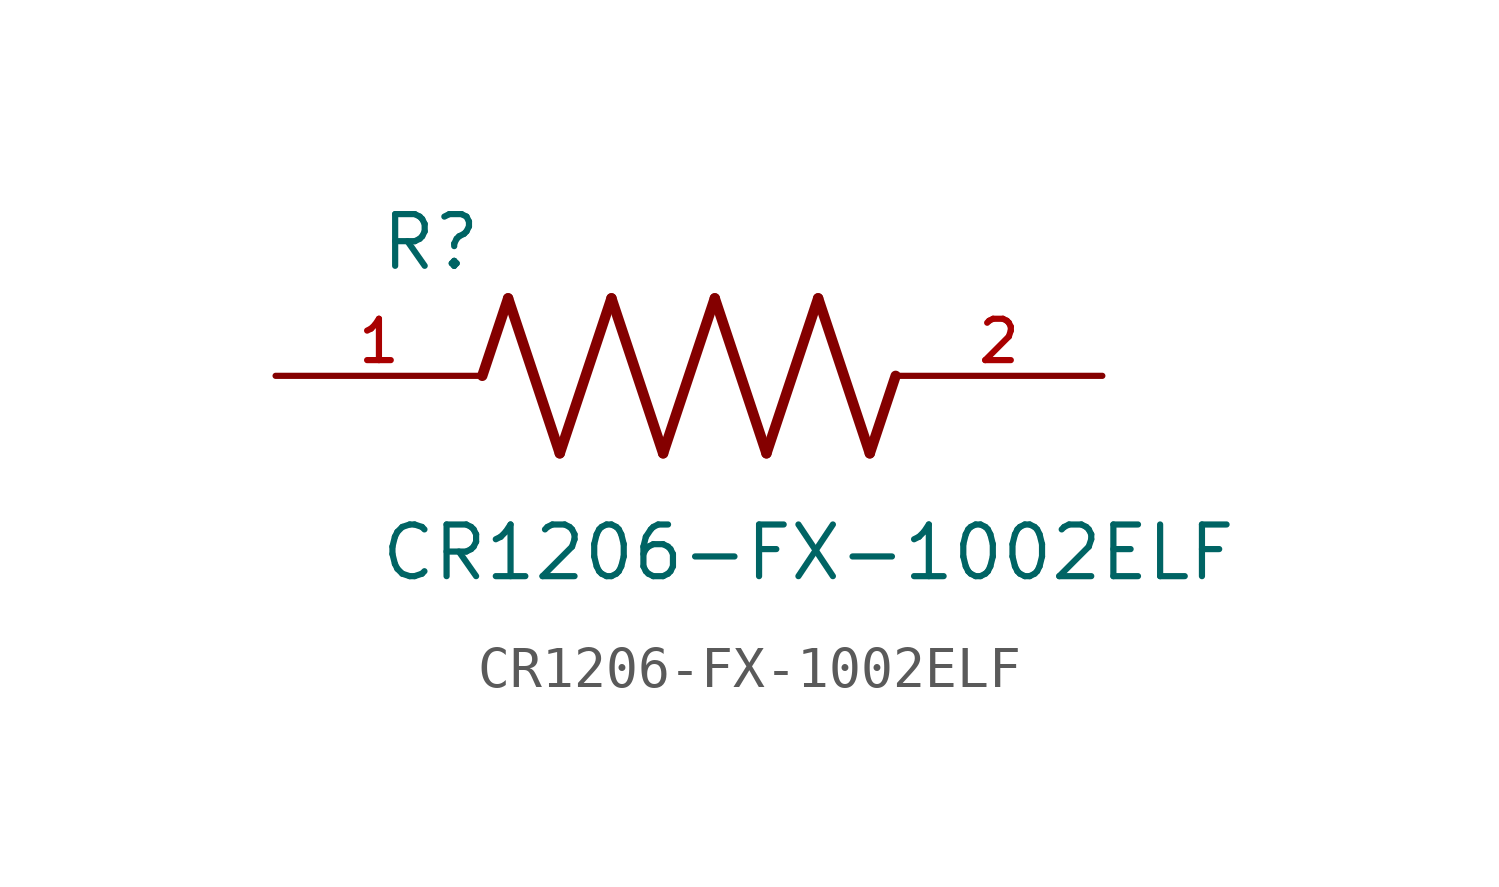
<source format=kicad_sym>
(kicad_symbol_lib
  (version 20211014)
  (generator kicad_symbol_editor)
  (symbol "CR1206-FX-1002ELF"
    (pin_names
      (offset 1.016))
    (property "Reference" "R"
      (at -7.624 2.541 0)
      (effects (font (size 1.27 1.27)) (justify bottom left)))
    (property "Value" "CR1206-FX-1002ELF"
      (at -7.63 -5.087 0)
      (effects (font (size 1.27 1.27)) (justify bottom left)))
    (symbol "CR1206-FX-1002ELF_0_0"
      (polyline (pts (xy -5.08 0.0) (xy -4.445 1.905)) (stroke (width 0.254)))
      (polyline (pts (xy -4.445 1.905) (xy -3.175 -1.905)) (stroke (width 0.254)))
      (polyline (pts (xy -3.175 -1.905) (xy -1.905 1.905)) (stroke (width 0.254)))
      (polyline (pts (xy -1.905 1.905) (xy -0.635 -1.905)) (stroke (width 0.254)))
      (polyline (pts (xy -0.635 -1.905) (xy 0.635 1.905)) (stroke (width 0.254)))
      (polyline (pts (xy 0.635 1.905) (xy 1.905 -1.905)) (stroke (width 0.254)))
      (polyline (pts (xy 1.905 -1.905) (xy 3.175 1.905)) (stroke (width 0.254)))
      (polyline (pts (xy 3.175 1.905) (xy 4.445 -1.905)) (stroke (width 0.254)))
      (polyline (pts (xy 4.445 -1.905) (xy 5.08 0.0)) (stroke (width 0.254)))
      (pin passive line (at -10.16 0.0 0) (length 5.08) (name "~" (effects (font (size 1.016 1.016)))) (number "1" (effects (font (size 1.016 1.016)))))
      (pin passive line (at 10.16 0.0 180.0) (length 5.08) (name "~" (effects (font (size 1.016 1.016)))) (number "2" (effects (font (size 1.016 1.016))))))))
</source>
